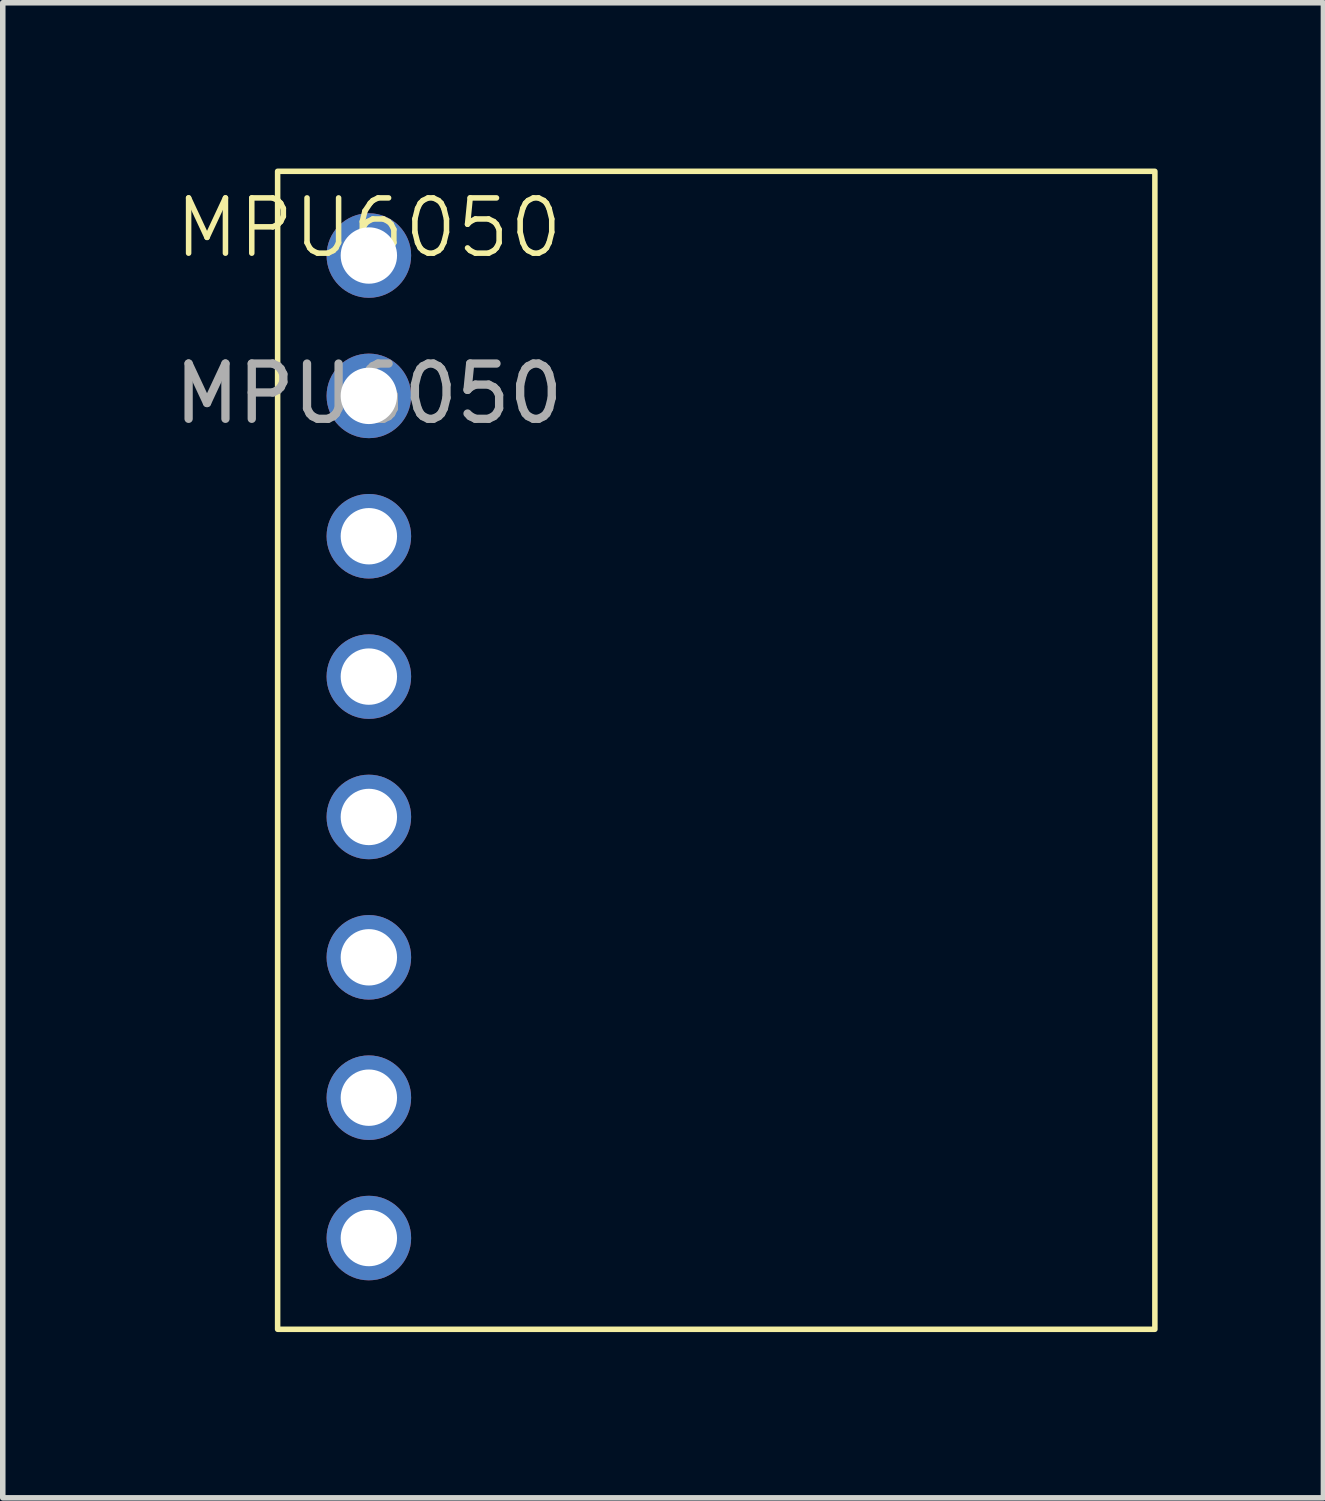
<source format=kicad_pcb>
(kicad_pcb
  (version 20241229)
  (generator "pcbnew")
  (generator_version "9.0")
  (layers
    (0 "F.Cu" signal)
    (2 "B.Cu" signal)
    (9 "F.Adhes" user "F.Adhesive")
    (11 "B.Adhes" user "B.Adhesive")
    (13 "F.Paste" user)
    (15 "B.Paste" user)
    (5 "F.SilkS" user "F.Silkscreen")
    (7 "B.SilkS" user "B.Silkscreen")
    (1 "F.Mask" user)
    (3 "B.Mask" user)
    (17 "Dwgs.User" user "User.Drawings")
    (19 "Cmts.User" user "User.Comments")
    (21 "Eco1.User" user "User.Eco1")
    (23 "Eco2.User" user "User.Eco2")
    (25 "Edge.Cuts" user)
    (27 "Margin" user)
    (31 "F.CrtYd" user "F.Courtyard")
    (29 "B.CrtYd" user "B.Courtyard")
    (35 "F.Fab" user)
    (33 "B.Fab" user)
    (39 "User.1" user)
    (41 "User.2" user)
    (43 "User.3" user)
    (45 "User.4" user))
  (footprint "MPU6050"
    (layer "F.Cu")
    (at 3.625 1.574)
    (property "Reference" "MPU6050" (at 0 -0.5 0) (unlocked yes) (layer "F.SilkS") (effects (font (size 1 1) (thickness 0.1))))
    (attr smd)
    (fp_text user "${REFERENCE}" (at 0 2.5 0) (unlocked yes) (layer "F.Fab") (effects (font (size 1 1) (thickness 0.15))))
    (fp_text_box "" (start -1.651 -1.524) (end 14.224 19.431) (margins 0.8 0.8 0.8 0.8) (layer "F.SilkS") (effects (font (size 1 1) (thickness 0.1)) (justify left top)) (border yes) (stroke (width 0.1) (type solid)))
    (pad "1" thru_hole circle (at 0 0) (size 1.53 1.53) (drill 1.02) (layers "*.Cu" "*.Mask"))
    (pad "2" thru_hole circle (at 0 2.54) (size 1.53 1.53) (drill 1.02) (layers "*.Cu" "*.Mask"))
    (pad "3" thru_hole circle (at 0 5.08) (size 1.53 1.53) (drill 1.02) (layers "*.Cu" "*.Mask"))
    (pad "4" thru_hole circle (at 0 7.62) (size 1.53 1.53) (drill 1.02) (layers "*.Cu" "*.Mask"))
    (pad "5" thru_hole circle (at 0 10.16) (size 1.53 1.53) (drill 1.02) (layers "*.Cu" "*.Mask"))
    (pad "6" thru_hole circle (at 0 12.7) (size 1.53 1.53) (drill 1.02) (layers "*.Cu" "*.Mask"))
    (pad "7" thru_hole circle (at 0 15.24) (size 1.53 1.53) (drill 1.02) (layers "*.Cu" "*.Mask"))
    (pad "8" thru_hole circle (at 0 17.78) (size 1.53 1.53) (drill 1.02) (layers "*.Cu" "*.Mask")))
  (gr_rect
    (start -3 -3)
    (end 20.899 24.055)
    (stroke (width 0.1) (type default))
    (fill no)
    (layer "Edge.Cuts")))
</source>
